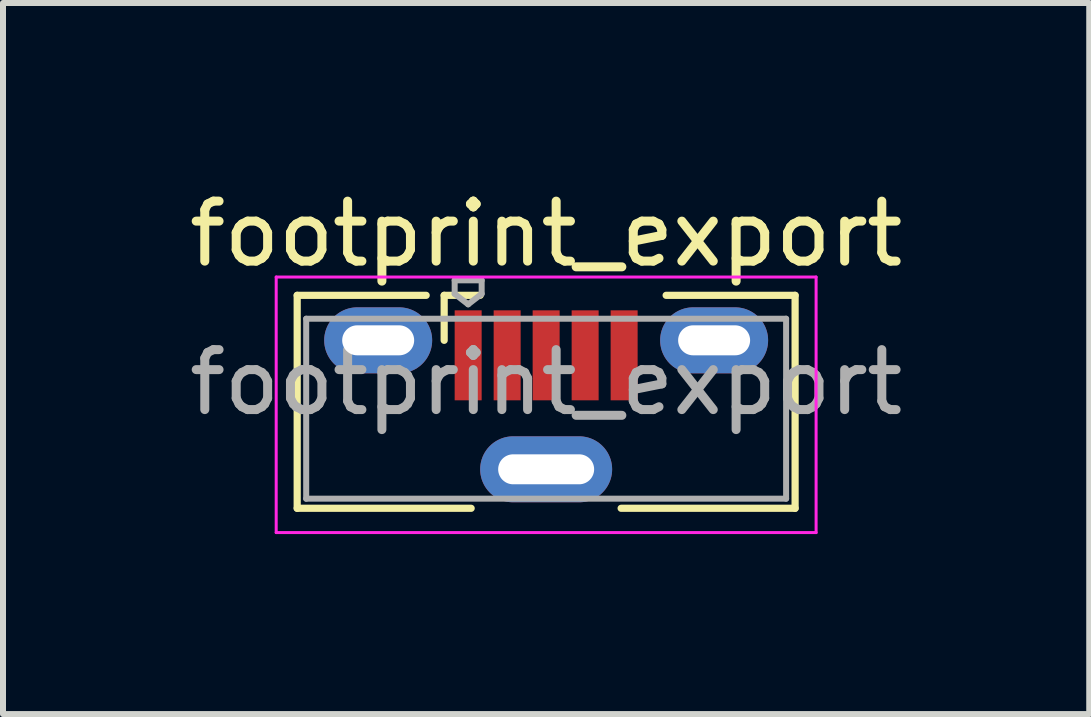
<source format=kicad_pcb>
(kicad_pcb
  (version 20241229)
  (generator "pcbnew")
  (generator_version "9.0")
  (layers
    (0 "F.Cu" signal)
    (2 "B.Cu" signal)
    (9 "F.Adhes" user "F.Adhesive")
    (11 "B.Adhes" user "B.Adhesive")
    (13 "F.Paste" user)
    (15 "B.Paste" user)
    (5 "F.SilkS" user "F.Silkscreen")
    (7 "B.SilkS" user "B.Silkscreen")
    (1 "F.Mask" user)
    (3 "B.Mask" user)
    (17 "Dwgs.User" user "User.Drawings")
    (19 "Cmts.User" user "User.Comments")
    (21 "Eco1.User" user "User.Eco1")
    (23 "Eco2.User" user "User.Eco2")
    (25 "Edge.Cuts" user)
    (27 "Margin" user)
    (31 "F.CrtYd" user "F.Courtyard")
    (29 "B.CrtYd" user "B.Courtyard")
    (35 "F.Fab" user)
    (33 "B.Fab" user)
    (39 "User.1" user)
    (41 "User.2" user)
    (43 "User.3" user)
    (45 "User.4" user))
  (footprint "footprint_export"
    (layer "F.Cu")
    (at 6.054 3.698)
    (property "Reference" "footprint_export" (at 0 -2.85 0) (layer "F.SilkS") (effects (font (size 1 1) (thickness 0.15))))
    (attr smd)
    (fp_line (start -4.15 -1.825) (end -4.15 1.725) (stroke (width 0.12) (type solid)) (layer "F.SilkS"))
    (fp_line (start -4.15 1.725) (end -1.25 1.725) (stroke (width 0.12) (type solid)) (layer "F.SilkS"))
    (fp_line (start -2 -1.825) (end -4.15 -1.825) (stroke (width 0.12) (type solid)) (layer "F.SilkS"))
    (fp_line (start -1.7 -1.825) (end -1.1 -1.825) (stroke (width 0.12) (type solid)) (layer "F.SilkS"))
    (fp_line (start -1.7 -1.075) (end -1.7 -1.825) (stroke (width 0.12) (type solid)) (layer "F.SilkS"))
    (fp_line (start 2 -1.825) (end 4.15 -1.825) (stroke (width 0.12) (type solid)) (layer "F.SilkS"))
    (fp_line (start 4.15 -1.825) (end 4.15 1.725) (stroke (width 0.12) (type solid)) (layer "F.SilkS"))
    (fp_line (start 4.15 1.725) (end 1.25 1.725) (stroke (width 0.12) (type solid)) (layer "F.SilkS"))
    (fp_line (start -4.5 -2.13) (end 4.5 -2.13) (stroke (width 0.05) (type solid)) (layer "F.CrtYd"))
    (fp_line (start -4.5 2.13) (end -4.5 -2.13) (stroke (width 0.05) (type solid)) (layer "F.CrtYd"))
    (fp_line (start -4.5 2.13) (end 4.5 2.13) (stroke (width 0.05) (type solid)) (layer "F.CrtYd"))
    (fp_line (start 4.5 2.13) (end 4.5 -2.13) (stroke (width 0.05) (type solid)) (layer "F.CrtYd"))
    (fp_line (start -4 1.565) (end -4 -1.435) (stroke (width 0.1) (type solid)) (layer "F.Fab"))
    (fp_line (start -4 1.565) (end 4 1.565) (stroke (width 0.1) (type solid)) (layer "F.Fab"))
    (fp_line (start -1.525 -2.075) (end -1.075 -2.075) (stroke (width 0.1) (type solid)) (layer "F.Fab"))
    (fp_line (start -1.525 -1.85) (end -1.525 -2.075) (stroke (width 0.1) (type solid)) (layer "F.Fab"))
    (fp_line (start -1.3 -1.675) (end -1.525 -1.85) (stroke (width 0.1) (type solid)) (layer "F.Fab"))
    (fp_line (start -1.3 -1.675) (end -1.075 -1.85) (stroke (width 0.1) (type solid)) (layer "F.Fab"))
    (fp_line (start -1.075 -2.075) (end -1.075 -1.85) (stroke (width 0.1) (type solid)) (layer "F.Fab"))
    (fp_line (start 4 -1.435) (end -4 -1.435) (stroke (width 0.1) (type solid)) (layer "F.Fab"))
    (fp_line (start 4 1.565) (end 4 -1.435) (stroke (width 0.1) (type solid)) (layer "F.Fab"))
    (fp_text user "${REFERENCE}" (at 0 -0.375 0) (layer "F.Fab") (effects (font (size 1 1) (thickness 0.15))))
    (pad "1" smd rect (at -1.3 -0.825) (size 0.45 1.5) (layers "F.Cu" "F.Mask" "F.Paste"))
    (pad "2" smd rect (at -0.65 -0.825) (size 0.45 1.5) (layers "F.Cu" "F.Mask" "F.Paste"))
    (pad "3" smd rect (at 0 -0.825) (size 0.45 1.5) (layers "F.Cu" "F.Mask" "F.Paste"))
    (pad "4" smd rect (at 0.65 -0.825) (size 0.45 1.5) (layers "F.Cu" "F.Mask" "F.Paste"))
    (pad "5" smd rect (at 1.3 -0.825) (size 0.45 1.5) (layers "F.Cu" "F.Mask" "F.Paste"))
    (pad "6" thru_hole oval (at -2.8 -1.075) (size 1.8 1.1) (drill oval 1.2 0.5) (layers "*.Cu" "*.Mask"))
    (pad "6" thru_hole oval (at 0 1.075) (size 2.2 1.1) (drill oval 1.6 0.5) (layers "*.Cu" "*.Mask"))
    (pad "6" thru_hole oval (at 2.8 -1.075) (size 1.8 1.1) (drill oval 1.2 0.5) (layers "*.Cu" "*.Mask")))
  (gr_rect
    (start -3 -3)
    (end 15.107 8.853)
    (stroke (width 0.1) (type default))
    (fill no)
    (layer "Edge.Cuts")))
</source>
